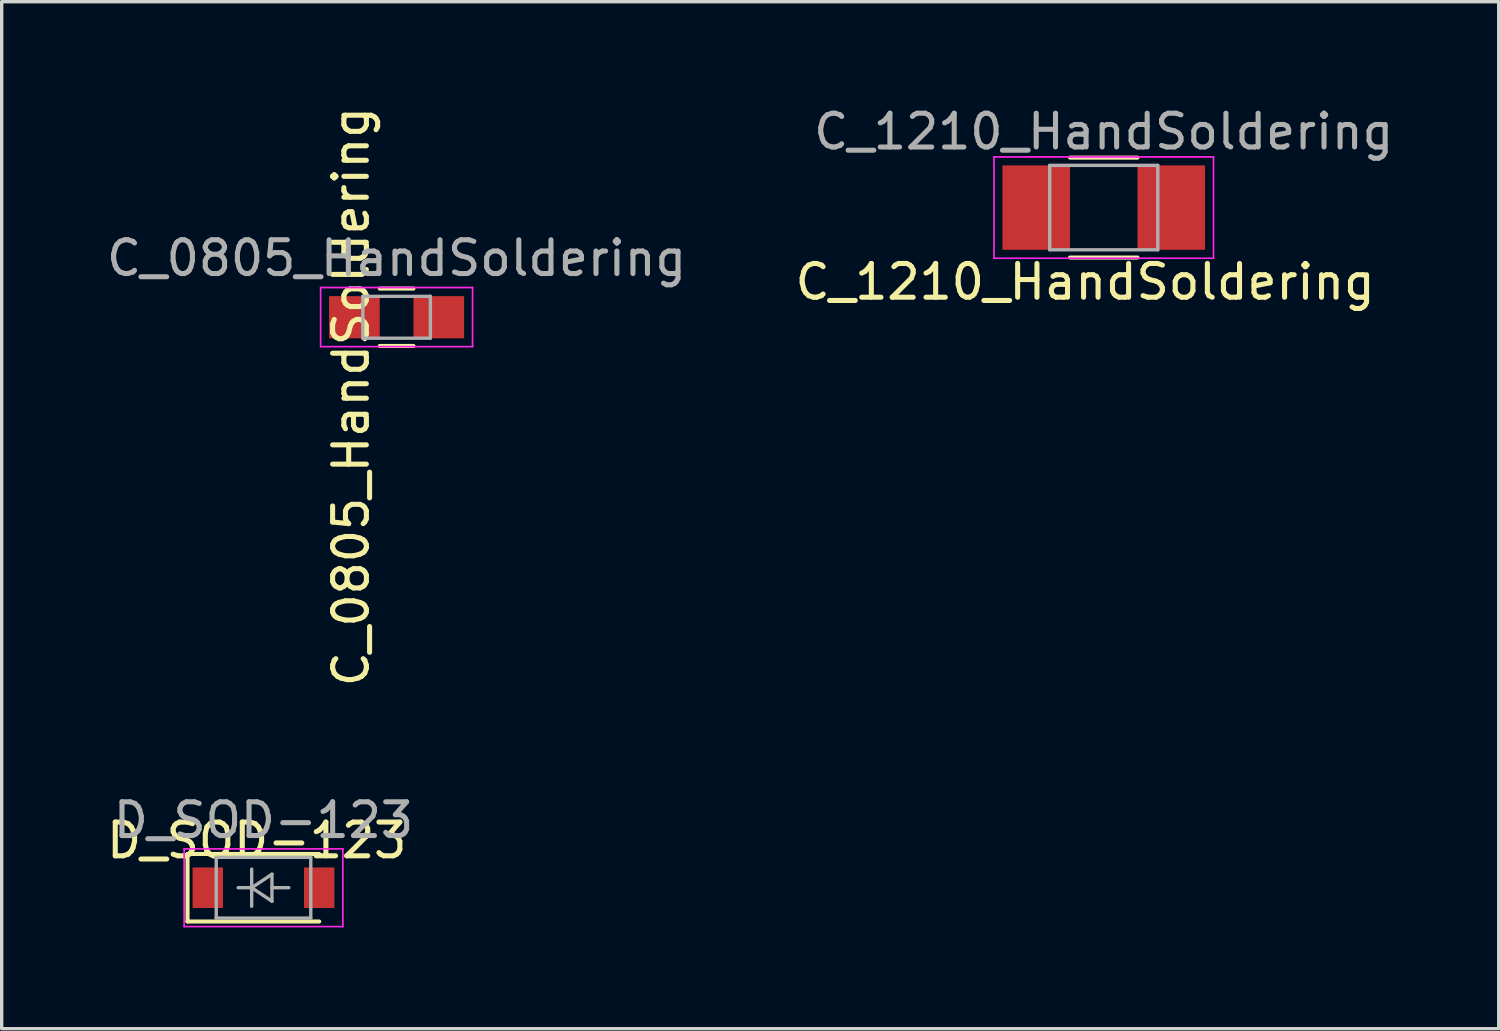
<source format=kicad_pcb>
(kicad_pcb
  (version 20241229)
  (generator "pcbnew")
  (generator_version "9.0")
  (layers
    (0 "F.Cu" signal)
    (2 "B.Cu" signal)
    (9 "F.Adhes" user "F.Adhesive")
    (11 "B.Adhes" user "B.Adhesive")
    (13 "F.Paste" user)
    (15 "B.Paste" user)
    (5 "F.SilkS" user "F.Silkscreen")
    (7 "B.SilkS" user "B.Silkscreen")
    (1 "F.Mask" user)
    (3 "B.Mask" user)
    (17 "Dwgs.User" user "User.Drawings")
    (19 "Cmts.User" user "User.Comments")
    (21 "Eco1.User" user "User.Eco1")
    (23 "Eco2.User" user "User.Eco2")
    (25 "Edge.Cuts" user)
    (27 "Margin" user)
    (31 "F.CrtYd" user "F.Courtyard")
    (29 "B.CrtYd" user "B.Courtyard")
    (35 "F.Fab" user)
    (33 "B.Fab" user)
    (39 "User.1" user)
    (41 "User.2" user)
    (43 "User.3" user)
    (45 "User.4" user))
  (footprint "C_1210_HandSoldering"
    (layer "F.Cu")
    (at 29.639 3.098)
    (property "Reference" "C_1210_HandSoldering" (at -0.55 2.2 180) (layer "F.SilkS") (effects (font (size 1 1) (thickness 0.15))))
    (attr smd)
    (fp_line (start -1 1.48) (end 1 1.48) (stroke (width 0.12) (type solid)) (layer "F.SilkS"))
    (fp_line (start 1 -1.48) (end -1 -1.48) (stroke (width 0.12) (type solid)) (layer "F.SilkS"))
    (fp_line (start -3.25 -1.5) (end -3.25 1.5) (stroke (width 0.05) (type solid)) (layer "F.CrtYd"))
    (fp_line (start -3.25 -1.5) (end 3.25 -1.5) (stroke (width 0.05) (type solid)) (layer "F.CrtYd"))
    (fp_line (start 3.25 1.5) (end -3.25 1.5) (stroke (width 0.05) (type solid)) (layer "F.CrtYd"))
    (fp_line (start 3.25 1.5) (end 3.25 -1.5) (stroke (width 0.05) (type solid)) (layer "F.CrtYd"))
    (fp_line (start -1.6 -1.25) (end 1.6 -1.25) (stroke (width 0.1) (type solid)) (layer "F.Fab"))
    (fp_line (start -1.6 1.25) (end -1.6 -1.25) (stroke (width 0.1) (type solid)) (layer "F.Fab"))
    (fp_line (start 1.6 -1.25) (end 1.6 1.25) (stroke (width 0.1) (type solid)) (layer "F.Fab"))
    (fp_line (start 1.6 1.25) (end -1.6 1.25) (stroke (width 0.1) (type solid)) (layer "F.Fab"))
    (fp_text user "${REFERENCE}" (at 0 -2.25 0) (layer "F.Fab") (effects (font (size 1 1) (thickness 0.15))))
    (pad "1" smd rect (at -2 0) (size 2 2.5) (layers "F.Cu" "F.Mask" "F.Paste"))
    (pad "2" smd rect (at 2 0) (size 2 2.5) (layers "F.Cu" "F.Mask" "F.Paste")))
  (footprint "D_SOD-123"
    (layer "F.Cu")
    (at 4.754 23.241)
    (property "Reference" "D_SOD-123" (at -0.2 -1.4 0) (layer "F.SilkS") (effects (font (size 1 1) (thickness 0.15))))
    (attr smd)
    (fp_line (start -2.25 -1) (end -2.25 1) (stroke (width 0.12) (type solid)) (layer "F.SilkS"))
    (fp_line (start -2.25 -1) (end 1.65 -1) (stroke (width 0.12) (type solid)) (layer "F.SilkS"))
    (fp_line (start -2.25 1) (end 1.65 1) (stroke (width 0.12) (type solid)) (layer "F.SilkS"))
    (fp_line (start -2.35 -1.15) (end -2.35 1.15) (stroke (width 0.05) (type solid)) (layer "F.CrtYd"))
    (fp_line (start -2.35 -1.15) (end 2.35 -1.15) (stroke (width 0.05) (type solid)) (layer "F.CrtYd"))
    (fp_line (start 2.35 -1.15) (end 2.35 1.15) (stroke (width 0.05) (type solid)) (layer "F.CrtYd"))
    (fp_line (start 2.35 1.15) (end -2.35 1.15) (stroke (width 0.05) (type solid)) (layer "F.CrtYd"))
    (fp_line (start -1.4 -0.9) (end 1.4 -0.9) (stroke (width 0.1) (type solid)) (layer "F.Fab"))
    (fp_line (start -1.4 0.9) (end -1.4 -0.9) (stroke (width 0.1) (type solid)) (layer "F.Fab"))
    (fp_line (start -0.75 0) (end -0.35 0) (stroke (width 0.1) (type solid)) (layer "F.Fab"))
    (fp_line (start -0.35 0) (end -0.35 -0.55) (stroke (width 0.1) (type solid)) (layer "F.Fab"))
    (fp_line (start -0.35 0) (end -0.35 0.55) (stroke (width 0.1) (type solid)) (layer "F.Fab"))
    (fp_line (start -0.35 0) (end 0.25 -0.4) (stroke (width 0.1) (type solid)) (layer "F.Fab"))
    (fp_line (start 0.25 -0.4) (end 0.25 0.4) (stroke (width 0.1) (type solid)) (layer "F.Fab"))
    (fp_line (start 0.25 0) (end 0.75 0) (stroke (width 0.1) (type solid)) (layer "F.Fab"))
    (fp_line (start 0.25 0.4) (end -0.35 0) (stroke (width 0.1) (type solid)) (layer "F.Fab"))
    (fp_line (start 1.4 -0.9) (end 1.4 0.9) (stroke (width 0.1) (type solid)) (layer "F.Fab"))
    (fp_line (start 1.4 0.9) (end -1.4 0.9) (stroke (width 0.1) (type solid)) (layer "F.Fab"))
    (fp_text user "${REFERENCE}" (at 0 -2 0) (layer "F.Fab") (effects (font (size 1 1) (thickness 0.15))))
    (pad "1" smd rect (at -1.65 0) (size 0.9 1.2) (layers "F.Cu" "F.Mask" "F.Paste"))
    (pad "2" smd rect (at 1.65 0) (size 0.9 1.2) (layers "F.Cu" "F.Mask" "F.Paste")))
  (footprint "C_0805_HandSoldering"
    (layer "F.Cu")
    (at 8.696 6.346)
    (property "Reference" "C_0805_HandSoldering" (at -1.35 2.35 270) (layer "F.SilkS") (effects (font (size 1 1) (thickness 0.15))))
    (attr smd)
    (fp_line (start -0.5 0.85) (end 0.5 0.85) (stroke (width 0.12) (type solid)) (layer "F.SilkS"))
    (fp_line (start 0.5 -0.85) (end -0.5 -0.85) (stroke (width 0.12) (type solid)) (layer "F.SilkS"))
    (fp_line (start -2.25 -0.88) (end -2.25 0.87) (stroke (width 0.05) (type solid)) (layer "F.CrtYd"))
    (fp_line (start -2.25 -0.88) (end 2.25 -0.88) (stroke (width 0.05) (type solid)) (layer "F.CrtYd"))
    (fp_line (start 2.25 0.87) (end -2.25 0.87) (stroke (width 0.05) (type solid)) (layer "F.CrtYd"))
    (fp_line (start 2.25 0.87) (end 2.25 -0.88) (stroke (width 0.05) (type solid)) (layer "F.CrtYd"))
    (fp_line (start -1 -0.62) (end 1 -0.62) (stroke (width 0.1) (type solid)) (layer "F.Fab"))
    (fp_line (start -1 0.62) (end -1 -0.62) (stroke (width 0.1) (type solid)) (layer "F.Fab"))
    (fp_line (start 1 -0.62) (end 1 0.62) (stroke (width 0.1) (type solid)) (layer "F.Fab"))
    (fp_line (start 1 0.62) (end -1 0.62) (stroke (width 0.1) (type solid)) (layer "F.Fab"))
    (fp_text user "${REFERENCE}" (at 0 -1.75 0) (layer "F.Fab") (effects (font (size 1 1) (thickness 0.15))))
    (pad "1" smd rect (at -1.25 0) (size 1.5 1.25) (layers "F.Cu" "F.Mask" "F.Paste"))
    (pad "2" smd rect (at 1.25 0) (size 1.5 1.25) (layers "F.Cu" "F.Mask" "F.Paste")))
  (gr_rect
    (start -3 -3)
    (end 41.336 27.416)
    (stroke (width 0.1) (type default))
    (fill no)
    (layer "Edge.Cuts")))
</source>
